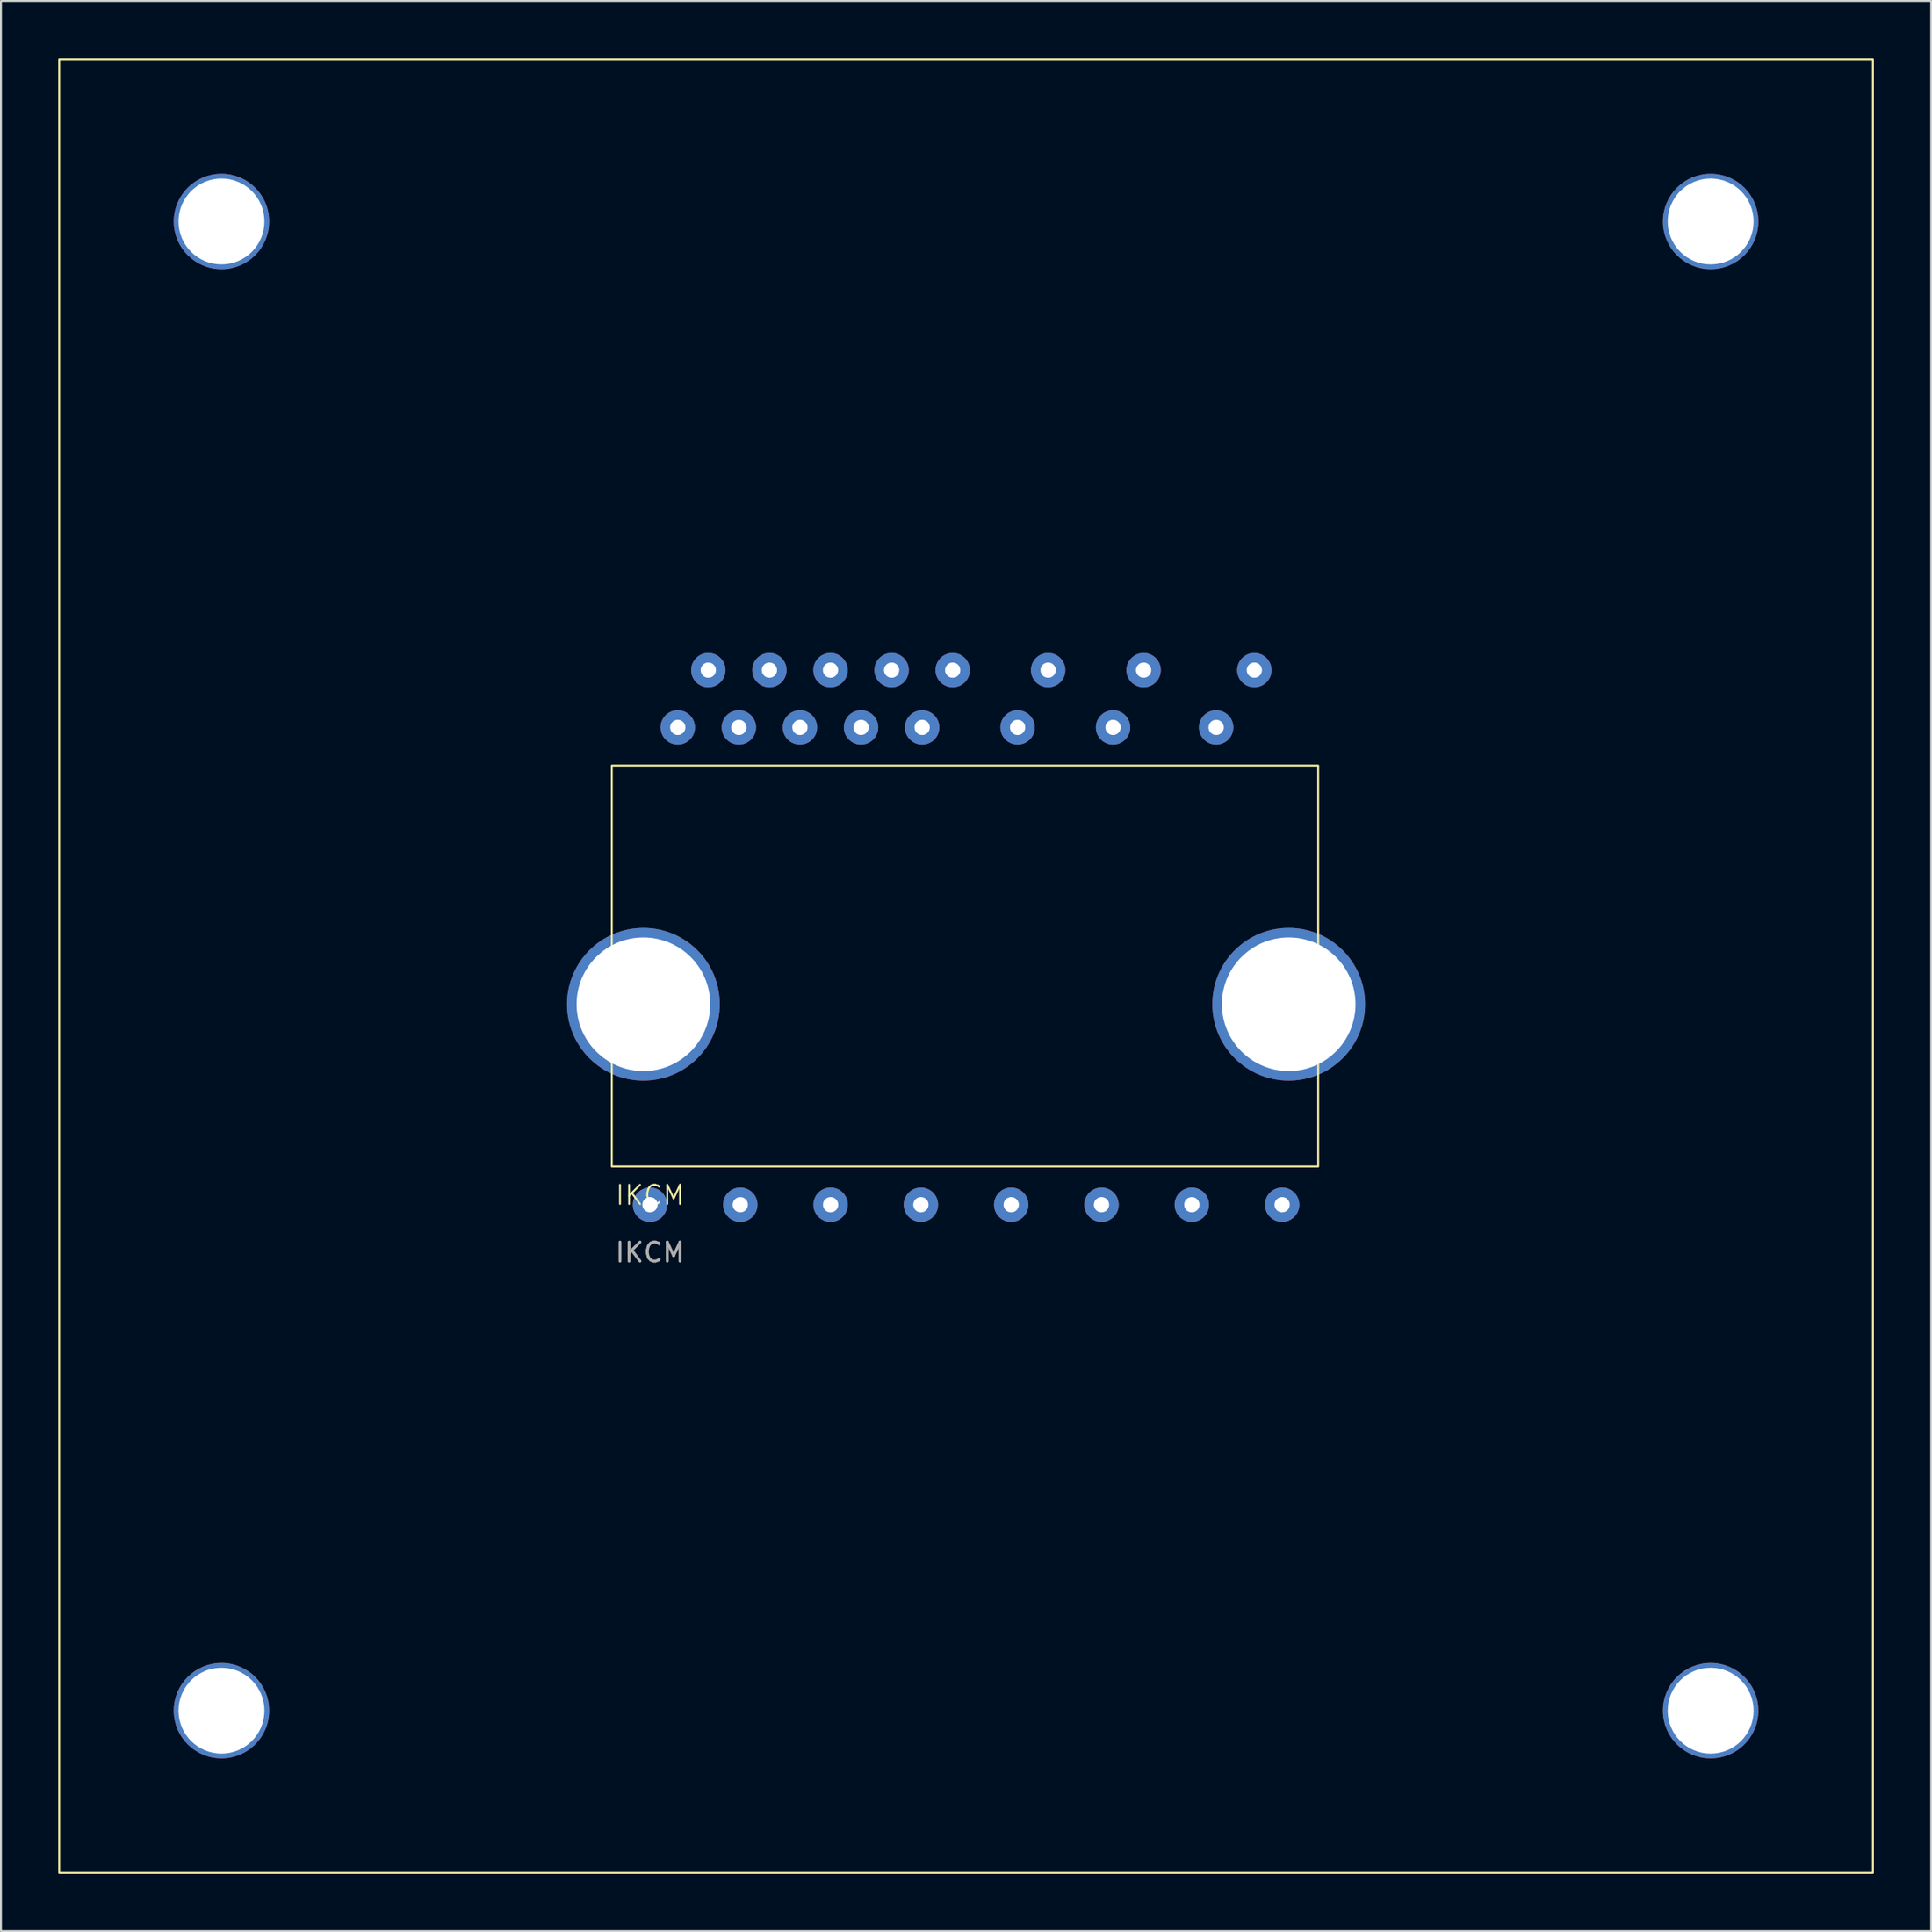
<source format=kicad_pcb>
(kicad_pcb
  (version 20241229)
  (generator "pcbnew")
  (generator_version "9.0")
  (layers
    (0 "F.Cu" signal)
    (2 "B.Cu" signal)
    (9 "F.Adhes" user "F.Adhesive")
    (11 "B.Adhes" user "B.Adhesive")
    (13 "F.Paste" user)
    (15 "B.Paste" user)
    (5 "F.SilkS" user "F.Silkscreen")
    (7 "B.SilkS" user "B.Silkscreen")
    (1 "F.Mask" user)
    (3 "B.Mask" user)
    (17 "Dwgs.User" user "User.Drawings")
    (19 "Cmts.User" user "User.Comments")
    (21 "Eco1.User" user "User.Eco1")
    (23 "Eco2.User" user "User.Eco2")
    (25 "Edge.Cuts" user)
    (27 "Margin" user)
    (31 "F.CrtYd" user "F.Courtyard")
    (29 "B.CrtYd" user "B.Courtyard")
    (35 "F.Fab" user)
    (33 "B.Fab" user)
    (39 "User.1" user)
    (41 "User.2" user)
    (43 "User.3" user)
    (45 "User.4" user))
  (footprint "IKCM"
    (layer "F.Cu")
    (at 30.995 60.05)
    (property "Reference" "IKCM" (at 0 -0.5 0) (unlocked yes) (layer "F.SilkS") (effects (font (size 1 1) (thickness 0.1))))
    (attr through_hole)
    (fp_rect (start -30.945 -60) (end 64.055 35) (stroke (width 0.1) (type default)) (fill no) (layer "F.SilkS"))
    (fp_rect (start -2 -23) (end 35 -2) (stroke (width 0.1) (type default)) (fill no) (layer "F.SilkS"))
    (fp_text user "${REFERENCE}" (at 0 2.5 0) (unlocked yes) (layer "F.Fab") (effects (font (size 1 1) (thickness 0.15))))
    (pad "" np_thru_hole circle (at -22.445 -51.5) (size 5 5) (drill 4.5) (layers "*.Cu" "*.Mask"))
    (pad "" np_thru_hole circle (at -22.445 26.5) (size 5 5) (drill 4.5) (layers "*.Cu" "*.Mask"))
    (pad "" np_thru_hole circle (at -0.345 -10.5) (size 8 8) (drill 7) (layers "*.Cu" "*.Mask"))
    (pad "" np_thru_hole circle (at 33.455 -10.5) (size 8 8) (drill 7) (layers "*.Cu" "*.Mask"))
    (pad "" np_thru_hole circle (at 55.555 -51.5) (size 5 5) (drill 4.5) (layers "*.Cu" "*.Mask"))
    (pad "" np_thru_hole circle (at 55.555 26.5) (size 5 5) (drill 4.5) (layers "*.Cu" "*.Mask"))
    (pad "1" thru_hole circle (at 31.655 -28) (size 1.8 1.8) (drill 0.8) (layers "*.Cu" "*.Mask"))
    (pad "2" thru_hole circle (at 29.655 -25) (size 1.8 1.8) (drill 0.8) (layers "*.Cu" "*.Mask"))
    (pad "3" thru_hole circle (at 25.855 -28) (size 1.8 1.8) (drill 0.8) (layers "*.Cu" "*.Mask"))
    (pad "4" thru_hole circle (at 24.255 -25) (size 1.8 1.8) (drill 0.8) (layers "*.Cu" "*.Mask"))
    (pad "5" thru_hole circle (at 20.855 -28) (size 1.8 1.8) (drill 0.8) (layers "*.Cu" "*.Mask"))
    (pad "6" thru_hole circle (at 19.255 -25) (size 1.8 1.8) (drill 0.8) (layers "*.Cu" "*.Mask"))
    (pad "7" thru_hole circle (at 15.855 -28) (size 1.8 1.8) (drill 0.8) (layers "*.Cu" "*.Mask"))
    (pad "8" thru_hole circle (at 14.255 -25) (size 1.8 1.8) (drill 0.8) (layers "*.Cu" "*.Mask"))
    (pad "9" thru_hole circle (at 12.655 -28) (size 1.8 1.8) (drill 0.8) (layers "*.Cu" "*.Mask"))
    (pad "10" thru_hole circle (at 11.055 -25) (size 1.8 1.8) (drill 0.8) (layers "*.Cu" "*.Mask"))
    (pad "11" thru_hole circle (at 9.455 -28) (size 1.8 1.8) (drill 0.8) (layers "*.Cu" "*.Mask"))
    (pad "12" thru_hole circle (at 7.855 -25) (size 1.8 1.8) (drill 0.8) (layers "*.Cu" "*.Mask"))
    (pad "13" thru_hole circle (at 6.255 -28) (size 1.8 1.8) (drill 0.8) (layers "*.Cu" "*.Mask"))
    (pad "14" thru_hole circle (at 4.655 -25) (size 1.8 1.8) (drill 0.8) (layers "*.Cu" "*.Mask"))
    (pad "15" thru_hole circle (at 3.055 -28) (size 1.8 1.8) (drill 0.8) (layers "*.Cu" "*.Mask"))
    (pad "16" thru_hole circle (at 1.455 -25) (size 1.8 1.8) (drill 0.8) (layers "*.Cu" "*.Mask"))
    (pad "17" thru_hole circle (at 0 0) (size 1.8 1.8) (drill 0.8) (layers "*.Cu" "*.Mask"))
    (pad "18" thru_hole circle (at 4.73 0) (size 1.8 1.8) (drill 0.8) (layers "*.Cu" "*.Mask"))
    (pad "19" thru_hole circle (at 9.46 0) (size 1.8 1.8) (drill 0.8) (layers "*.Cu" "*.Mask"))
    (pad "20" thru_hole circle (at 14.19 0) (size 1.8 1.8) (drill 0.8) (layers "*.Cu" "*.Mask"))
    (pad "21" thru_hole circle (at 18.92 0) (size 1.8 1.8) (drill 0.8) (layers "*.Cu" "*.Mask"))
    (pad "22" thru_hole circle (at 23.65 0) (size 1.8 1.8) (drill 0.8) (layers "*.Cu" "*.Mask"))
    (pad "23" thru_hole circle (at 28.38 0) (size 1.8 1.8) (drill 0.8) (layers "*.Cu" "*.Mask"))
    (pad "24" thru_hole circle (at 33.11 0) (size 1.8 1.8) (drill 0.8) (layers "*.Cu" "*.Mask")))
  (gr_rect
    (start -3 -3)
    (end 98.1 98.1)
    (stroke (width 0.1) (type default))
    (fill no)
    (layer "Edge.Cuts")))
</source>
